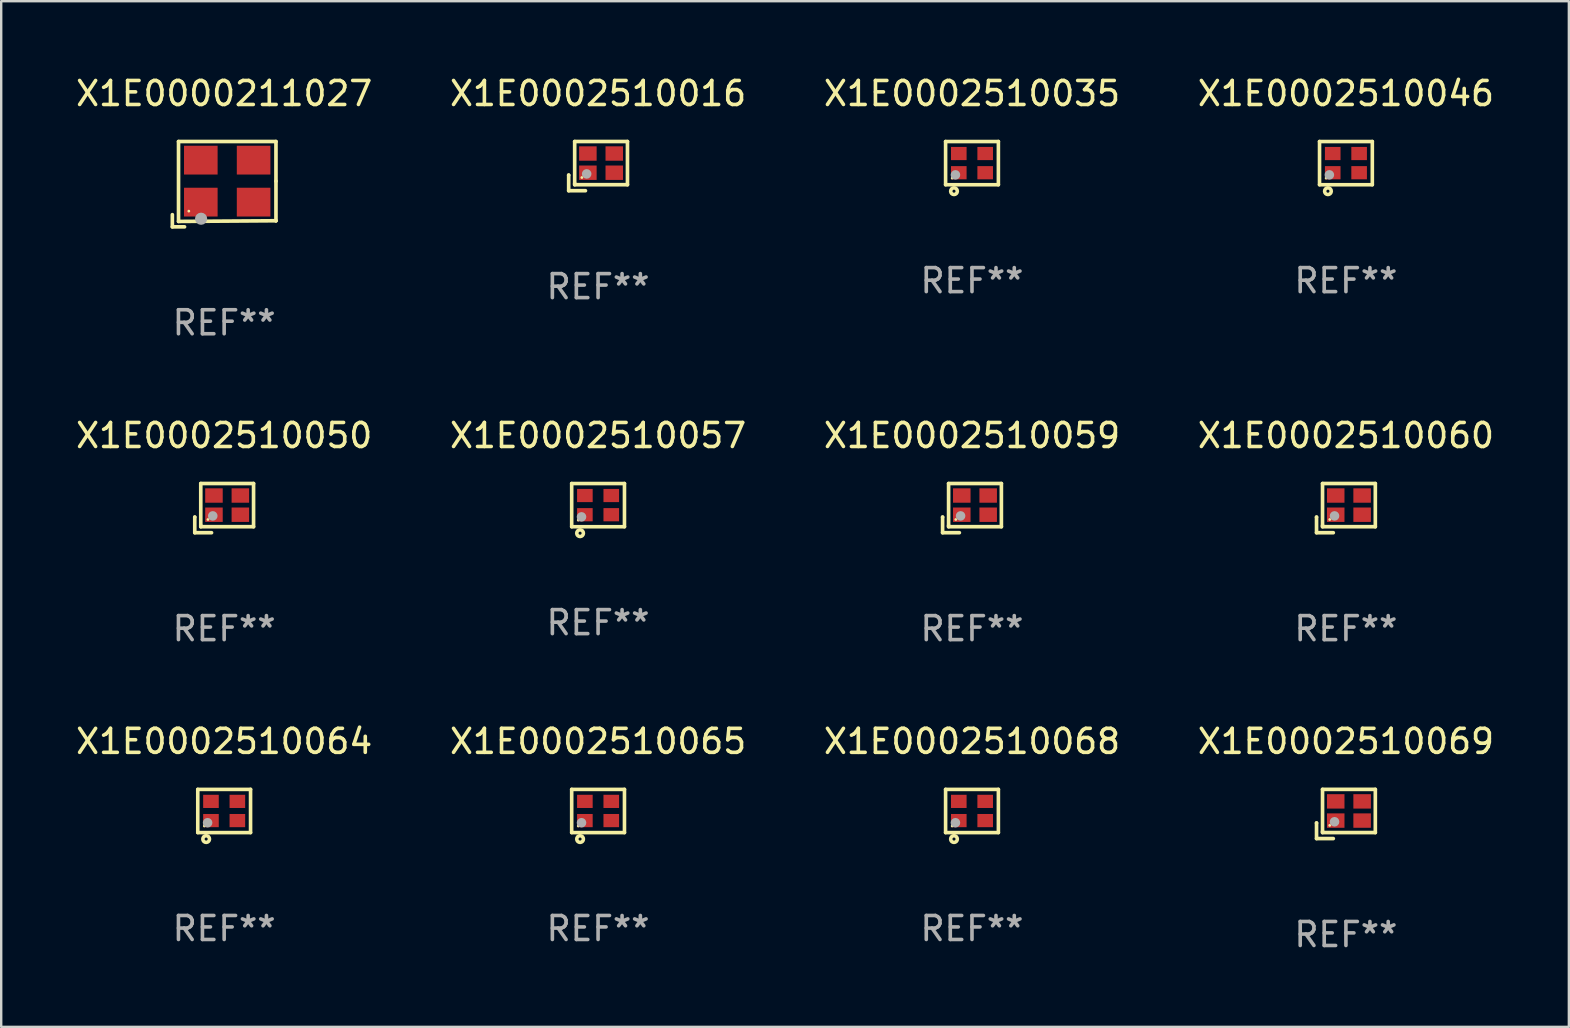
<source format=kicad_pcb>
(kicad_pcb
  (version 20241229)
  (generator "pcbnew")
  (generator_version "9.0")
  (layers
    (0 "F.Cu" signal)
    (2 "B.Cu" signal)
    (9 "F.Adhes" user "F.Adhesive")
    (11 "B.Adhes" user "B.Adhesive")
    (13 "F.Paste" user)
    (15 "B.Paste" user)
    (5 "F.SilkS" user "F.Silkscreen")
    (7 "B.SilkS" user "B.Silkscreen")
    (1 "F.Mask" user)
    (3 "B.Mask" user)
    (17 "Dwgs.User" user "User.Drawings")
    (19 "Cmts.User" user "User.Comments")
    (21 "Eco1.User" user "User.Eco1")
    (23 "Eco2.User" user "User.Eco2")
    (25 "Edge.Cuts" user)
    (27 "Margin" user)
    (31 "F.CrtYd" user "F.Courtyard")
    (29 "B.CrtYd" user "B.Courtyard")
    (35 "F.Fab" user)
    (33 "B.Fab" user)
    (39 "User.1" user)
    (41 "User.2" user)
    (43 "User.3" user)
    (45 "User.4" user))
  (footprint "X1E0002510064"
    (layer "F.Cu")
    (at 6.292 30.748)
    (property "Reference" "X1E0002510064" (at 0 -2.9 0) (layer "F.SilkS") (effects (font (size 1 1) (thickness 0.15))))
    (attr through_hole)
    (fp_line (start -1.1 -0.9) (end -1.1 0.9) (stroke (width 0.15) (type solid)) (layer "F.SilkS"))
    (fp_line (start -1.1 -0.9) (end 1.1 -0.9) (stroke (width 0.15) (type solid)) (layer "F.SilkS"))
    (fp_line (start -1.1 0.9) (end 1.1 0.9) (stroke (width 0.15) (type solid)) (layer "F.SilkS"))
    (fp_line (start 1.1 -0.9) (end 1.1 0.9) (stroke (width 0.15) (type solid)) (layer "F.SilkS"))
    (fp_circle (center -0.825 0.625) (end -0.795 0.625) (stroke (width 0.06) (type solid)) (fill no) (layer "F.SilkS"))
    (fp_circle (center -0.75 1.17) (end -0.686 1.17) (stroke (width 0.15) (type solid)) (fill no) (layer "F.SilkS"))
    (fp_circle (center -0.69 0.49) (end -0.59 0.49) (stroke (width 0.2) (type solid)) (fill no) (layer "F.Fab"))
    (fp_text user "REF**" (at 0 4.9 0) (layer "F.Fab") (effects (font (size 1 1) (thickness 0.15))))
    (pad "1" smd rect (at -0.55 0.4) (size 0.65 0.55) (layers "F.Cu" "F.Mask" "F.Paste"))
    (pad "2" smd rect (at 0.55 0.4) (size 0.65 0.55) (layers "F.Cu" "F.Mask" "F.Paste"))
    (pad "3" smd rect (at 0.55 -0.4) (size 0.65 0.55) (layers "F.Cu" "F.Mask" "F.Paste"))
    (pad "4" smd rect (at -0.55 -0.4) (size 0.65 0.55) (layers "F.Cu" "F.Mask" "F.Paste")))
  (footprint "X1E0002510059"
    (layer "F.Cu")
    (at 37.458 18.126)
    (property "Reference" "X1E0002510059" (at 0 -3.025 0) (layer "F.SilkS") (effects (font (size 1 1) (thickness 0.15))))
    (attr through_hole)
    (fp_line (start -1.225 0.375) (end -1.225 0.375) (stroke (width 0.152) (type solid)) (layer "F.SilkS"))
    (fp_line (start -1.225 0.375) (end -1.225 1.025) (stroke (width 0.152) (type solid)) (layer "F.SilkS"))
    (fp_line (start -1.225 1.025) (end -0.526 1.025) (stroke (width 0.152) (type solid)) (layer "F.SilkS"))
    (fp_line (start -0.975 -1.025) (end -0.975 0.725) (stroke (width 0.152) (type solid)) (layer "F.SilkS"))
    (fp_line (start -0.975 0.725) (end -0.975 0.775) (stroke (width 0.152) (type solid)) (layer "F.SilkS"))
    (fp_line (start -0.975 0.775) (end 1.225 0.775) (stroke (width 0.152) (type solid)) (layer "F.SilkS"))
    (fp_line (start 1.225 -1.025) (end -0.975 -1.025) (stroke (width 0.152) (type solid)) (layer "F.SilkS"))
    (fp_line (start 1.225 0.775) (end 1.225 -1.025) (stroke (width 0.152) (type solid)) (layer "F.SilkS"))
    (fp_circle (center -0.675 0.475) (end -0.645 0.475) (stroke (width 0.06) (type solid)) (fill no) (layer "F.SilkS"))
    (fp_circle (center -0.475 0.325) (end -0.375 0.325) (stroke (width 0.2) (type solid)) (fill no) (layer "F.Fab"))
    (fp_text user "REF**" (at 0 5.025 0) (layer "F.Fab") (effects (font (size 1 1) (thickness 0.15))))
    (pad "1" smd rect (at -0.425 0.275) (size 0.73 0.6) (layers "F.Cu" "F.Mask" "F.Paste"))
    (pad "2" smd rect (at 0.675 0.275) (size 0.73 0.6) (layers "F.Cu" "F.Mask" "F.Paste"))
    (pad "3" smd rect (at 0.675 -0.525) (size 0.73 0.6) (layers "F.Cu" "F.Mask" "F.Paste"))
    (pad "4" smd rect (at -0.425 -0.525) (size 0.73 0.6) (layers "F.Cu" "F.Mask" "F.Paste")))
  (footprint "X1E0002510065"
    (layer "F.Cu")
    (at 21.875 30.748)
    (property "Reference" "X1E0002510065" (at 0 -2.9 0) (layer "F.SilkS") (effects (font (size 1 1) (thickness 0.15))))
    (attr through_hole)
    (fp_line (start -1.1 -0.9) (end -1.1 0.9) (stroke (width 0.15) (type solid)) (layer "F.SilkS"))
    (fp_line (start -1.1 -0.9) (end 1.1 -0.9) (stroke (width 0.15) (type solid)) (layer "F.SilkS"))
    (fp_line (start -1.1 0.9) (end 1.1 0.9) (stroke (width 0.15) (type solid)) (layer "F.SilkS"))
    (fp_line (start 1.1 -0.9) (end 1.1 0.9) (stroke (width 0.15) (type solid)) (layer "F.SilkS"))
    (fp_circle (center -0.825 0.625) (end -0.795 0.625) (stroke (width 0.06) (type solid)) (fill no) (layer "F.SilkS"))
    (fp_circle (center -0.75 1.17) (end -0.686 1.17) (stroke (width 0.15) (type solid)) (fill no) (layer "F.SilkS"))
    (fp_circle (center -0.69 0.49) (end -0.59 0.49) (stroke (width 0.2) (type solid)) (fill no) (layer "F.Fab"))
    (fp_text user "REF**" (at 0 4.9 0) (layer "F.Fab") (effects (font (size 1 1) (thickness 0.15))))
    (pad "1" smd rect (at -0.55 0.4) (size 0.65 0.55) (layers "F.Cu" "F.Mask" "F.Paste"))
    (pad "2" smd rect (at 0.55 0.4) (size 0.65 0.55) (layers "F.Cu" "F.Mask" "F.Paste"))
    (pad "3" smd rect (at 0.55 -0.4) (size 0.65 0.55) (layers "F.Cu" "F.Mask" "F.Paste"))
    (pad "4" smd rect (at -0.55 -0.4) (size 0.65 0.55) (layers "F.Cu" "F.Mask" "F.Paste")))
  (footprint "X1E0000211027"
    (layer "F.Cu")
    (at 6.292 4.626)
    (property "Reference" "X1E0000211027" (at 0 -3.778 0) (layer "F.SilkS") (effects (font (size 1 1) (thickness 0.15))))
    (attr through_hole)
    (fp_line (start -2.159 1.27) (end -2.159 1.778) (stroke (width 0.152) (type solid)) (layer "F.SilkS"))
    (fp_line (start -2.159 1.778) (end -1.651 1.778) (stroke (width 0.152) (type solid)) (layer "F.SilkS"))
    (fp_line (start -1.902 -1.778) (end 2.159 -1.778) (stroke (width 0.152) (type solid)) (layer "F.SilkS"))
    (fp_line (start -1.902 1.552) (end -1.902 -1.778) (stroke (width 0.152) (type solid)) (layer "F.SilkS"))
    (fp_line (start 2.159 -1.778) (end 2.159 -0.127) (stroke (width 0.152) (type solid)) (layer "F.SilkS"))
    (fp_line (start 2.159 -0.127) (end 2.159 1.524) (stroke (width 0.152) (type solid)) (layer "F.SilkS"))
    (fp_line (start 2.159 1.524) (end -1.902 1.552) (stroke (width 0.152) (type solid)) (layer "F.SilkS"))
    (fp_line (start 2.159 1.524) (end 2.159 1.524) (stroke (width 0.152) (type solid)) (layer "F.SilkS"))
    (fp_circle (center -1.473 1.123) (end -1.443 1.123) (stroke (width 0.06) (type solid)) (fill no) (layer "F.SilkS"))
    (fp_circle (center -0.961 1.44) (end -0.834 1.44) (stroke (width 0.254) (type solid)) (fill no) (layer "F.Fab"))
    (fp_text user "REF**" (at 0 5.778 0) (layer "F.Fab") (effects (font (size 1 1) (thickness 0.15))))
    (pad "1" smd rect (at -0.973 0.748) (size 1.4 1.2) (layers "F.Cu" "F.Mask" "F.Paste"))
    (pad "2" smd rect (at 1.227 0.748) (size 1.4 1.2) (layers "F.Cu" "F.Mask" "F.Paste"))
    (pad "3" smd rect (at 1.227 -1.002) (size 1.4 1.2) (layers "F.Cu" "F.Mask" "F.Paste"))
    (pad "4" smd rect (at -0.973 -1.002) (size 1.4 1.2) (layers "F.Cu" "F.Mask" "F.Paste")))
  (footprint "X1E0002510046"
    (layer "F.Cu")
    (at 53.042 3.748)
    (property "Reference" "X1E0002510046" (at 0 -2.9 0) (layer "F.SilkS") (effects (font (size 1 1) (thickness 0.15))))
    (attr through_hole)
    (fp_line (start -1.1 -0.9) (end -1.1 0.9) (stroke (width 0.15) (type solid)) (layer "F.SilkS"))
    (fp_line (start -1.1 -0.9) (end 1.1 -0.9) (stroke (width 0.15) (type solid)) (layer "F.SilkS"))
    (fp_line (start -1.1 0.9) (end 1.1 0.9) (stroke (width 0.15) (type solid)) (layer "F.SilkS"))
    (fp_line (start 1.1 -0.9) (end 1.1 0.9) (stroke (width 0.15) (type solid)) (layer "F.SilkS"))
    (fp_circle (center -0.825 0.625) (end -0.795 0.625) (stroke (width 0.06) (type solid)) (fill no) (layer "F.SilkS"))
    (fp_circle (center -0.75 1.17) (end -0.686 1.17) (stroke (width 0.15) (type solid)) (fill no) (layer "F.SilkS"))
    (fp_circle (center -0.69 0.49) (end -0.59 0.49) (stroke (width 0.2) (type solid)) (fill no) (layer "F.Fab"))
    (fp_text user "REF**" (at 0 4.9 0) (layer "F.Fab") (effects (font (size 1 1) (thickness 0.15))))
    (pad "1" smd rect (at -0.55 0.4) (size 0.65 0.55) (layers "F.Cu" "F.Mask" "F.Paste"))
    (pad "2" smd rect (at 0.55 0.4) (size 0.65 0.55) (layers "F.Cu" "F.Mask" "F.Paste"))
    (pad "3" smd rect (at 0.55 -0.4) (size 0.65 0.55) (layers "F.Cu" "F.Mask" "F.Paste"))
    (pad "4" smd rect (at -0.55 -0.4) (size 0.65 0.55) (layers "F.Cu" "F.Mask" "F.Paste")))
  (footprint "X1E0002510016"
    (layer "F.Cu")
    (at 21.875 3.873)
    (property "Reference" "X1E0002510016" (at 0 -3.025 0) (layer "F.SilkS") (effects (font (size 1 1) (thickness 0.15))))
    (attr through_hole)
    (fp_line (start -1.225 0.375) (end -1.225 0.375) (stroke (width 0.152) (type solid)) (layer "F.SilkS"))
    (fp_line (start -1.225 0.375) (end -1.225 1.025) (stroke (width 0.152) (type solid)) (layer "F.SilkS"))
    (fp_line (start -1.225 1.025) (end -0.526 1.025) (stroke (width 0.152) (type solid)) (layer "F.SilkS"))
    (fp_line (start -0.975 -1.025) (end -0.975 0.725) (stroke (width 0.152) (type solid)) (layer "F.SilkS"))
    (fp_line (start -0.975 0.725) (end -0.975 0.775) (stroke (width 0.152) (type solid)) (layer "F.SilkS"))
    (fp_line (start -0.975 0.775) (end 1.225 0.775) (stroke (width 0.152) (type solid)) (layer "F.SilkS"))
    (fp_line (start 1.225 -1.025) (end -0.975 -1.025) (stroke (width 0.152) (type solid)) (layer "F.SilkS"))
    (fp_line (start 1.225 0.775) (end 1.225 -1.025) (stroke (width 0.152) (type solid)) (layer "F.SilkS"))
    (fp_circle (center -0.675 0.475) (end -0.645 0.475) (stroke (width 0.06) (type solid)) (fill no) (layer "F.SilkS"))
    (fp_circle (center -0.475 0.325) (end -0.375 0.325) (stroke (width 0.2) (type solid)) (fill no) (layer "F.Fab"))
    (fp_text user "REF**" (at 0 5.025 0) (layer "F.Fab") (effects (font (size 1 1) (thickness 0.15))))
    (pad "1" smd rect (at -0.425 0.275) (size 0.73 0.6) (layers "F.Cu" "F.Mask" "F.Paste"))
    (pad "2" smd rect (at 0.675 0.275) (size 0.73 0.6) (layers "F.Cu" "F.Mask" "F.Paste"))
    (pad "3" smd rect (at 0.675 -0.525) (size 0.73 0.6) (layers "F.Cu" "F.Mask" "F.Paste"))
    (pad "4" smd rect (at -0.425 -0.525) (size 0.73 0.6) (layers "F.Cu" "F.Mask" "F.Paste")))
  (footprint "X1E0002510068"
    (layer "F.Cu")
    (at 37.458 30.748)
    (property "Reference" "X1E0002510068" (at 0 -2.9 0) (layer "F.SilkS") (effects (font (size 1 1) (thickness 0.15))))
    (attr through_hole)
    (fp_line (start -1.1 -0.9) (end -1.1 0.9) (stroke (width 0.15) (type solid)) (layer "F.SilkS"))
    (fp_line (start -1.1 -0.9) (end 1.1 -0.9) (stroke (width 0.15) (type solid)) (layer "F.SilkS"))
    (fp_line (start -1.1 0.9) (end 1.1 0.9) (stroke (width 0.15) (type solid)) (layer "F.SilkS"))
    (fp_line (start 1.1 -0.9) (end 1.1 0.9) (stroke (width 0.15) (type solid)) (layer "F.SilkS"))
    (fp_circle (center -0.825 0.625) (end -0.795 0.625) (stroke (width 0.06) (type solid)) (fill no) (layer "F.SilkS"))
    (fp_circle (center -0.75 1.17) (end -0.686 1.17) (stroke (width 0.15) (type solid)) (fill no) (layer "F.SilkS"))
    (fp_circle (center -0.69 0.49) (end -0.59 0.49) (stroke (width 0.2) (type solid)) (fill no) (layer "F.Fab"))
    (fp_text user "REF**" (at 0 4.9 0) (layer "F.Fab") (effects (font (size 1 1) (thickness 0.15))))
    (pad "1" smd rect (at -0.55 0.4) (size 0.65 0.55) (layers "F.Cu" "F.Mask" "F.Paste"))
    (pad "2" smd rect (at 0.55 0.4) (size 0.65 0.55) (layers "F.Cu" "F.Mask" "F.Paste"))
    (pad "3" smd rect (at 0.55 -0.4) (size 0.65 0.55) (layers "F.Cu" "F.Mask" "F.Paste"))
    (pad "4" smd rect (at -0.55 -0.4) (size 0.65 0.55) (layers "F.Cu" "F.Mask" "F.Paste")))
  (footprint "X1E0002510050"
    (layer "F.Cu")
    (at 6.292 18.126)
    (property "Reference" "X1E0002510050" (at 0 -3.025 0) (layer "F.SilkS") (effects (font (size 1 1) (thickness 0.15))))
    (attr through_hole)
    (fp_line (start -1.225 0.375) (end -1.225 0.375) (stroke (width 0.152) (type solid)) (layer "F.SilkS"))
    (fp_line (start -1.225 0.375) (end -1.225 1.025) (stroke (width 0.152) (type solid)) (layer "F.SilkS"))
    (fp_line (start -1.225 1.025) (end -0.526 1.025) (stroke (width 0.152) (type solid)) (layer "F.SilkS"))
    (fp_line (start -0.975 -1.025) (end -0.975 0.725) (stroke (width 0.152) (type solid)) (layer "F.SilkS"))
    (fp_line (start -0.975 0.725) (end -0.975 0.775) (stroke (width 0.152) (type solid)) (layer "F.SilkS"))
    (fp_line (start -0.975 0.775) (end 1.225 0.775) (stroke (width 0.152) (type solid)) (layer "F.SilkS"))
    (fp_line (start 1.225 -1.025) (end -0.975 -1.025) (stroke (width 0.152) (type solid)) (layer "F.SilkS"))
    (fp_line (start 1.225 0.775) (end 1.225 -1.025) (stroke (width 0.152) (type solid)) (layer "F.SilkS"))
    (fp_circle (center -0.675 0.475) (end -0.645 0.475) (stroke (width 0.06) (type solid)) (fill no) (layer "F.SilkS"))
    (fp_circle (center -0.475 0.325) (end -0.375 0.325) (stroke (width 0.2) (type solid)) (fill no) (layer "F.Fab"))
    (fp_text user "REF**" (at 0 5.025 0) (layer "F.Fab") (effects (font (size 1 1) (thickness 0.15))))
    (pad "1" smd rect (at -0.425 0.275) (size 0.73 0.6) (layers "F.Cu" "F.Mask" "F.Paste"))
    (pad "2" smd rect (at 0.675 0.275) (size 0.73 0.6) (layers "F.Cu" "F.Mask" "F.Paste"))
    (pad "3" smd rect (at 0.675 -0.525) (size 0.73 0.6) (layers "F.Cu" "F.Mask" "F.Paste"))
    (pad "4" smd rect (at -0.425 -0.525) (size 0.73 0.6) (layers "F.Cu" "F.Mask" "F.Paste")))
  (footprint "X1E0002510057"
    (layer "F.Cu")
    (at 21.875 18.001)
    (property "Reference" "X1E0002510057" (at 0 -2.9 0) (layer "F.SilkS") (effects (font (size 1 1) (thickness 0.15))))
    (attr through_hole)
    (fp_line (start -1.1 -0.9) (end -1.1 0.9) (stroke (width 0.15) (type solid)) (layer "F.SilkS"))
    (fp_line (start -1.1 -0.9) (end 1.1 -0.9) (stroke (width 0.15) (type solid)) (layer "F.SilkS"))
    (fp_line (start -1.1 0.9) (end 1.1 0.9) (stroke (width 0.15) (type solid)) (layer "F.SilkS"))
    (fp_line (start 1.1 -0.9) (end 1.1 0.9) (stroke (width 0.15) (type solid)) (layer "F.SilkS"))
    (fp_circle (center -0.825 0.625) (end -0.795 0.625) (stroke (width 0.06) (type solid)) (fill no) (layer "F.SilkS"))
    (fp_circle (center -0.75 1.17) (end -0.686 1.17) (stroke (width 0.15) (type solid)) (fill no) (layer "F.SilkS"))
    (fp_circle (center -0.69 0.49) (end -0.59 0.49) (stroke (width 0.2) (type solid)) (fill no) (layer "F.Fab"))
    (fp_text user "REF**" (at 0 4.9 0) (layer "F.Fab") (effects (font (size 1 1) (thickness 0.15))))
    (pad "1" smd rect (at -0.55 0.4) (size 0.65 0.55) (layers "F.Cu" "F.Mask" "F.Paste"))
    (pad "2" smd rect (at 0.55 0.4) (size 0.65 0.55) (layers "F.Cu" "F.Mask" "F.Paste"))
    (pad "3" smd rect (at 0.55 -0.4) (size 0.65 0.55) (layers "F.Cu" "F.Mask" "F.Paste"))
    (pad "4" smd rect (at -0.55 -0.4) (size 0.65 0.55) (layers "F.Cu" "F.Mask" "F.Paste")))
  (footprint "X1E0002510035"
    (layer "F.Cu")
    (at 37.458 3.748)
    (property "Reference" "X1E0002510035" (at 0 -2.9 0) (layer "F.SilkS") (effects (font (size 1 1) (thickness 0.15))))
    (attr through_hole)
    (fp_line (start -1.1 -0.9) (end -1.1 0.9) (stroke (width 0.15) (type solid)) (layer "F.SilkS"))
    (fp_line (start -1.1 -0.9) (end 1.1 -0.9) (stroke (width 0.15) (type solid)) (layer "F.SilkS"))
    (fp_line (start -1.1 0.9) (end 1.1 0.9) (stroke (width 0.15) (type solid)) (layer "F.SilkS"))
    (fp_line (start 1.1 -0.9) (end 1.1 0.9) (stroke (width 0.15) (type solid)) (layer "F.SilkS"))
    (fp_circle (center -0.825 0.625) (end -0.795 0.625) (stroke (width 0.06) (type solid)) (fill no) (layer "F.SilkS"))
    (fp_circle (center -0.75 1.17) (end -0.686 1.17) (stroke (width 0.15) (type solid)) (fill no) (layer "F.SilkS"))
    (fp_circle (center -0.69 0.49) (end -0.59 0.49) (stroke (width 0.2) (type solid)) (fill no) (layer "F.Fab"))
    (fp_text user "REF**" (at 0 4.9 0) (layer "F.Fab") (effects (font (size 1 1) (thickness 0.15))))
    (pad "1" smd rect (at -0.55 0.4) (size 0.65 0.55) (layers "F.Cu" "F.Mask" "F.Paste"))
    (pad "2" smd rect (at 0.55 0.4) (size 0.65 0.55) (layers "F.Cu" "F.Mask" "F.Paste"))
    (pad "3" smd rect (at 0.55 -0.4) (size 0.65 0.55) (layers "F.Cu" "F.Mask" "F.Paste"))
    (pad "4" smd rect (at -0.55 -0.4) (size 0.65 0.55) (layers "F.Cu" "F.Mask" "F.Paste")))
  (footprint "X1E0002510060"
    (layer "F.Cu")
    (at 53.042 18.126)
    (property "Reference" "X1E0002510060" (at 0 -3.025 0) (layer "F.SilkS") (effects (font (size 1 1) (thickness 0.15))))
    (attr through_hole)
    (fp_line (start -1.225 0.375) (end -1.225 0.375) (stroke (width 0.152) (type solid)) (layer "F.SilkS"))
    (fp_line (start -1.225 0.375) (end -1.225 1.025) (stroke (width 0.152) (type solid)) (layer "F.SilkS"))
    (fp_line (start -1.225 1.025) (end -0.526 1.025) (stroke (width 0.152) (type solid)) (layer "F.SilkS"))
    (fp_line (start -0.975 -1.025) (end -0.975 0.725) (stroke (width 0.152) (type solid)) (layer "F.SilkS"))
    (fp_line (start -0.975 0.725) (end -0.975 0.775) (stroke (width 0.152) (type solid)) (layer "F.SilkS"))
    (fp_line (start -0.975 0.775) (end 1.225 0.775) (stroke (width 0.152) (type solid)) (layer "F.SilkS"))
    (fp_line (start 1.225 -1.025) (end -0.975 -1.025) (stroke (width 0.152) (type solid)) (layer "F.SilkS"))
    (fp_line (start 1.225 0.775) (end 1.225 -1.025) (stroke (width 0.152) (type solid)) (layer "F.SilkS"))
    (fp_circle (center -0.675 0.475) (end -0.645 0.475) (stroke (width 0.06) (type solid)) (fill no) (layer "F.SilkS"))
    (fp_circle (center -0.475 0.325) (end -0.375 0.325) (stroke (width 0.2) (type solid)) (fill no) (layer "F.Fab"))
    (fp_text user "REF**" (at 0 5.025 0) (layer "F.Fab") (effects (font (size 1 1) (thickness 0.15))))
    (pad "1" smd rect (at -0.425 0.275) (size 0.73 0.6) (layers "F.Cu" "F.Mask" "F.Paste"))
    (pad "2" smd rect (at 0.675 0.275) (size 0.73 0.6) (layers "F.Cu" "F.Mask" "F.Paste"))
    (pad "3" smd rect (at 0.675 -0.525) (size 0.73 0.6) (layers "F.Cu" "F.Mask" "F.Paste"))
    (pad "4" smd rect (at -0.425 -0.525) (size 0.73 0.6) (layers "F.Cu" "F.Mask" "F.Paste")))
  (footprint "X1E0002510069"
    (layer "F.Cu")
    (at 53.042 30.873)
    (property "Reference" "X1E0002510069" (at 0 -3.025 0) (layer "F.SilkS") (effects (font (size 1 1) (thickness 0.15))))
    (attr through_hole)
    (fp_line (start -1.225 0.375) (end -1.225 0.375) (stroke (width 0.152) (type solid)) (layer "F.SilkS"))
    (fp_line (start -1.225 0.375) (end -1.225 1.025) (stroke (width 0.152) (type solid)) (layer "F.SilkS"))
    (fp_line (start -1.225 1.025) (end -0.526 1.025) (stroke (width 0.152) (type solid)) (layer "F.SilkS"))
    (fp_line (start -0.975 -1.025) (end -0.975 0.725) (stroke (width 0.152) (type solid)) (layer "F.SilkS"))
    (fp_line (start -0.975 0.725) (end -0.975 0.775) (stroke (width 0.152) (type solid)) (layer "F.SilkS"))
    (fp_line (start -0.975 0.775) (end 1.225 0.775) (stroke (width 0.152) (type solid)) (layer "F.SilkS"))
    (fp_line (start 1.225 -1.025) (end -0.975 -1.025) (stroke (width 0.152) (type solid)) (layer "F.SilkS"))
    (fp_line (start 1.225 0.775) (end 1.225 -1.025) (stroke (width 0.152) (type solid)) (layer "F.SilkS"))
    (fp_circle (center -0.675 0.475) (end -0.645 0.475) (stroke (width 0.06) (type solid)) (fill no) (layer "F.SilkS"))
    (fp_circle (center -0.475 0.325) (end -0.375 0.325) (stroke (width 0.2) (type solid)) (fill no) (layer "F.Fab"))
    (fp_text user "REF**" (at 0 5.025 0) (layer "F.Fab") (effects (font (size 1 1) (thickness 0.15))))
    (pad "1" smd rect (at -0.425 0.275) (size 0.73 0.6) (layers "F.Cu" "F.Mask" "F.Paste"))
    (pad "2" smd rect (at 0.675 0.275) (size 0.73 0.6) (layers "F.Cu" "F.Mask" "F.Paste"))
    (pad "3" smd rect (at 0.675 -0.525) (size 0.73 0.6) (layers "F.Cu" "F.Mask" "F.Paste"))
    (pad "4" smd rect (at -0.425 -0.525) (size 0.73 0.6) (layers "F.Cu" "F.Mask" "F.Paste")))
  (gr_rect
    (start -3 -3)
    (end 62.333 39.746)
    (stroke (width 0.1) (type default))
    (fill no)
    (layer "Edge.Cuts")))
</source>
